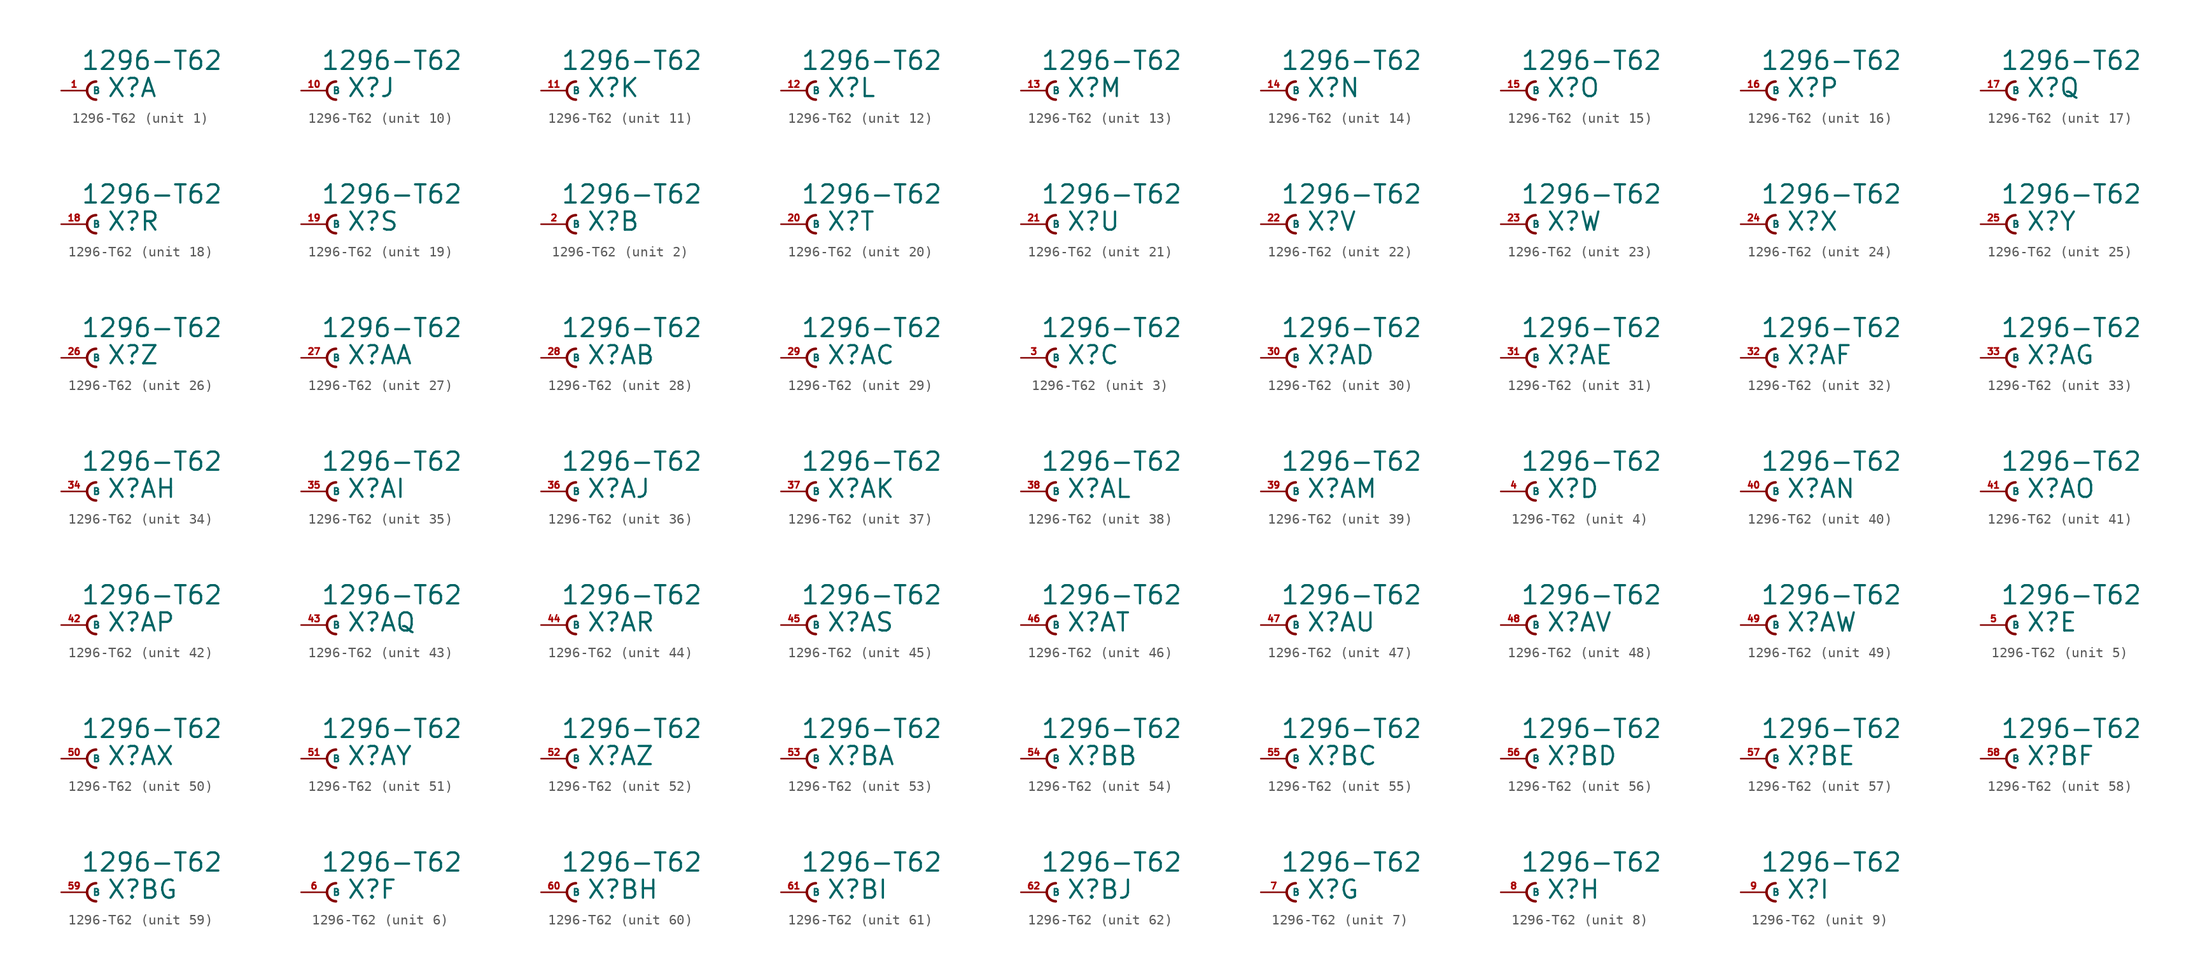
<source format=kicad_sym>
(kicad_symbol_lib
  (version 20220914)
  (generator Eagle2Kicad)
  (symbol "1296-T62"
    (property "Reference" "X"
      (at 1.905 -0.762 0)
      (effects (font (size 1.778 1.778) (thickness 0.22)) (justify left bottom)))
    (property "Value" "1296-T62"
      (at -0.635 1.905 0)
      (effects (font (size 1.778 1.778) (thickness 0.22)) (justify left bottom)))
    (symbol "1296-T62_1_0"
      (arc (start 0.889 0.889) (mid 0.000 0.000) (end 0.889 -0.889) (stroke (width 0.254) (type default)) (fill (type none)))
      (pin passive line (at -2.54 0 0) (length 2.54) (name "B" (effects (font (size 0.635 0.635) (thickness 0.08)) (justify left bottom))) (number "1" (effects (font (size 0.635 0.635) (thickness 0.08)) (justify left bottom)))))
    (symbol "1296-T62_2_0"
      (arc (start 0.889 0.889) (mid 0.000 0.000) (end 0.889 -0.889) (stroke (width 0.254) (type default)) (fill (type none)))
      (pin passive line (at -2.54 0 0) (length 2.54) (name "B" (effects (font (size 0.635 0.635) (thickness 0.08)) (justify left bottom))) (number "2" (effects (font (size 0.635 0.635) (thickness 0.08)) (justify left bottom)))))
    (symbol "1296-T62_3_0"
      (arc (start 0.889 0.889) (mid 0.000 0.000) (end 0.889 -0.889) (stroke (width 0.254) (type default)) (fill (type none)))
      (pin passive line (at -2.54 0 0) (length 2.54) (name "B" (effects (font (size 0.635 0.635) (thickness 0.08)) (justify left bottom))) (number "3" (effects (font (size 0.635 0.635) (thickness 0.08)) (justify left bottom)))))
    (symbol "1296-T62_4_0"
      (arc (start 0.889 0.889) (mid 0.000 0.000) (end 0.889 -0.889) (stroke (width 0.254) (type default)) (fill (type none)))
      (pin passive line (at -2.54 0 0) (length 2.54) (name "B" (effects (font (size 0.635 0.635) (thickness 0.08)) (justify left bottom))) (number "4" (effects (font (size 0.635 0.635) (thickness 0.08)) (justify left bottom)))))
    (symbol "1296-T62_5_0"
      (arc (start 0.889 0.889) (mid 0.000 0.000) (end 0.889 -0.889) (stroke (width 0.254) (type default)) (fill (type none)))
      (pin passive line (at -2.54 0 0) (length 2.54) (name "B" (effects (font (size 0.635 0.635) (thickness 0.08)) (justify left bottom))) (number "5" (effects (font (size 0.635 0.635) (thickness 0.08)) (justify left bottom)))))
    (symbol "1296-T62_6_0"
      (arc (start 0.889 0.889) (mid 0.000 0.000) (end 0.889 -0.889) (stroke (width 0.254) (type default)) (fill (type none)))
      (pin passive line (at -2.54 0 0) (length 2.54) (name "B" (effects (font (size 0.635 0.635) (thickness 0.08)) (justify left bottom))) (number "6" (effects (font (size 0.635 0.635) (thickness 0.08)) (justify left bottom)))))
    (symbol "1296-T62_7_0"
      (arc (start 0.889 0.889) (mid 0.000 0.000) (end 0.889 -0.889) (stroke (width 0.254) (type default)) (fill (type none)))
      (pin passive line (at -2.54 0 0) (length 2.54) (name "B" (effects (font (size 0.635 0.635) (thickness 0.08)) (justify left bottom))) (number "7" (effects (font (size 0.635 0.635) (thickness 0.08)) (justify left bottom)))))
    (symbol "1296-T62_8_0"
      (arc (start 0.889 0.889) (mid 0.000 0.000) (end 0.889 -0.889) (stroke (width 0.254) (type default)) (fill (type none)))
      (pin passive line (at -2.54 0 0) (length 2.54) (name "B" (effects (font (size 0.635 0.635) (thickness 0.08)) (justify left bottom))) (number "8" (effects (font (size 0.635 0.635) (thickness 0.08)) (justify left bottom)))))
    (symbol "1296-T62_9_0"
      (arc (start 0.889 0.889) (mid 0.000 0.000) (end 0.889 -0.889) (stroke (width 0.254) (type default)) (fill (type none)))
      (pin passive line (at -2.54 0 0) (length 2.54) (name "B" (effects (font (size 0.635 0.635) (thickness 0.08)) (justify left bottom))) (number "9" (effects (font (size 0.635 0.635) (thickness 0.08)) (justify left bottom)))))
    (symbol "1296-T62_10_0"
      (arc (start 0.889 0.889) (mid 0.000 0.000) (end 0.889 -0.889) (stroke (width 0.254) (type default)) (fill (type none)))
      (pin passive line (at -2.54 0 0) (length 2.54) (name "B" (effects (font (size 0.635 0.635) (thickness 0.08)) (justify left bottom))) (number "10" (effects (font (size 0.635 0.635) (thickness 0.08)) (justify left bottom)))))
    (symbol "1296-T62_11_0"
      (arc (start 0.889 0.889) (mid 0.000 0.000) (end 0.889 -0.889) (stroke (width 0.254) (type default)) (fill (type none)))
      (pin passive line (at -2.54 0 0) (length 2.54) (name "B" (effects (font (size 0.635 0.635) (thickness 0.08)) (justify left bottom))) (number "11" (effects (font (size 0.635 0.635) (thickness 0.08)) (justify left bottom)))))
    (symbol "1296-T62_12_0"
      (arc (start 0.889 0.889) (mid 0.000 0.000) (end 0.889 -0.889) (stroke (width 0.254) (type default)) (fill (type none)))
      (pin passive line (at -2.54 0 0) (length 2.54) (name "B" (effects (font (size 0.635 0.635) (thickness 0.08)) (justify left bottom))) (number "12" (effects (font (size 0.635 0.635) (thickness 0.08)) (justify left bottom)))))
    (symbol "1296-T62_13_0"
      (arc (start 0.889 0.889) (mid 0.000 0.000) (end 0.889 -0.889) (stroke (width 0.254) (type default)) (fill (type none)))
      (pin passive line (at -2.54 0 0) (length 2.54) (name "B" (effects (font (size 0.635 0.635) (thickness 0.08)) (justify left bottom))) (number "13" (effects (font (size 0.635 0.635) (thickness 0.08)) (justify left bottom)))))
    (symbol "1296-T62_14_0"
      (arc (start 0.889 0.889) (mid 0.000 0.000) (end 0.889 -0.889) (stroke (width 0.254) (type default)) (fill (type none)))
      (pin passive line (at -2.54 0 0) (length 2.54) (name "B" (effects (font (size 0.635 0.635) (thickness 0.08)) (justify left bottom))) (number "14" (effects (font (size 0.635 0.635) (thickness 0.08)) (justify left bottom)))))
    (symbol "1296-T62_15_0"
      (arc (start 0.889 0.889) (mid 0.000 0.000) (end 0.889 -0.889) (stroke (width 0.254) (type default)) (fill (type none)))
      (pin passive line (at -2.54 0 0) (length 2.54) (name "B" (effects (font (size 0.635 0.635) (thickness 0.08)) (justify left bottom))) (number "15" (effects (font (size 0.635 0.635) (thickness 0.08)) (justify left bottom)))))
    (symbol "1296-T62_16_0"
      (arc (start 0.889 0.889) (mid 0.000 0.000) (end 0.889 -0.889) (stroke (width 0.254) (type default)) (fill (type none)))
      (pin passive line (at -2.54 0 0) (length 2.54) (name "B" (effects (font (size 0.635 0.635) (thickness 0.08)) (justify left bottom))) (number "16" (effects (font (size 0.635 0.635) (thickness 0.08)) (justify left bottom)))))
    (symbol "1296-T62_17_0"
      (arc (start 0.889 0.889) (mid 0.000 0.000) (end 0.889 -0.889) (stroke (width 0.254) (type default)) (fill (type none)))
      (pin passive line (at -2.54 0 0) (length 2.54) (name "B" (effects (font (size 0.635 0.635) (thickness 0.08)) (justify left bottom))) (number "17" (effects (font (size 0.635 0.635) (thickness 0.08)) (justify left bottom)))))
    (symbol "1296-T62_18_0"
      (arc (start 0.889 0.889) (mid 0.000 0.000) (end 0.889 -0.889) (stroke (width 0.254) (type default)) (fill (type none)))
      (pin passive line (at -2.54 0 0) (length 2.54) (name "B" (effects (font (size 0.635 0.635) (thickness 0.08)) (justify left bottom))) (number "18" (effects (font (size 0.635 0.635) (thickness 0.08)) (justify left bottom)))))
    (symbol "1296-T62_19_0"
      (arc (start 0.889 0.889) (mid 0.000 0.000) (end 0.889 -0.889) (stroke (width 0.254) (type default)) (fill (type none)))
      (pin passive line (at -2.54 0 0) (length 2.54) (name "B" (effects (font (size 0.635 0.635) (thickness 0.08)) (justify left bottom))) (number "19" (effects (font (size 0.635 0.635) (thickness 0.08)) (justify left bottom)))))
    (symbol "1296-T62_20_0"
      (arc (start 0.889 0.889) (mid 0.000 0.000) (end 0.889 -0.889) (stroke (width 0.254) (type default)) (fill (type none)))
      (pin passive line (at -2.54 0 0) (length 2.54) (name "B" (effects (font (size 0.635 0.635) (thickness 0.08)) (justify left bottom))) (number "20" (effects (font (size 0.635 0.635) (thickness 0.08)) (justify left bottom)))))
    (symbol "1296-T62_21_0"
      (arc (start 0.889 0.889) (mid 0.000 0.000) (end 0.889 -0.889) (stroke (width 0.254) (type default)) (fill (type none)))
      (pin passive line (at -2.54 0 0) (length 2.54) (name "B" (effects (font (size 0.635 0.635) (thickness 0.08)) (justify left bottom))) (number "21" (effects (font (size 0.635 0.635) (thickness 0.08)) (justify left bottom)))))
    (symbol "1296-T62_22_0"
      (arc (start 0.889 0.889) (mid 0.000 0.000) (end 0.889 -0.889) (stroke (width 0.254) (type default)) (fill (type none)))
      (pin passive line (at -2.54 0 0) (length 2.54) (name "B" (effects (font (size 0.635 0.635) (thickness 0.08)) (justify left bottom))) (number "22" (effects (font (size 0.635 0.635) (thickness 0.08)) (justify left bottom)))))
    (symbol "1296-T62_23_0"
      (arc (start 0.889 0.889) (mid 0.000 0.000) (end 0.889 -0.889) (stroke (width 0.254) (type default)) (fill (type none)))
      (pin passive line (at -2.54 0 0) (length 2.54) (name "B" (effects (font (size 0.635 0.635) (thickness 0.08)) (justify left bottom))) (number "23" (effects (font (size 0.635 0.635) (thickness 0.08)) (justify left bottom)))))
    (symbol "1296-T62_24_0"
      (arc (start 0.889 0.889) (mid 0.000 0.000) (end 0.889 -0.889) (stroke (width 0.254) (type default)) (fill (type none)))
      (pin passive line (at -2.54 0 0) (length 2.54) (name "B" (effects (font (size 0.635 0.635) (thickness 0.08)) (justify left bottom))) (number "24" (effects (font (size 0.635 0.635) (thickness 0.08)) (justify left bottom)))))
    (symbol "1296-T62_25_0"
      (arc (start 0.889 0.889) (mid 0.000 0.000) (end 0.889 -0.889) (stroke (width 0.254) (type default)) (fill (type none)))
      (pin passive line (at -2.54 0 0) (length 2.54) (name "B" (effects (font (size 0.635 0.635) (thickness 0.08)) (justify left bottom))) (number "25" (effects (font (size 0.635 0.635) (thickness 0.08)) (justify left bottom)))))
    (symbol "1296-T62_26_0"
      (arc (start 0.889 0.889) (mid 0.000 0.000) (end 0.889 -0.889) (stroke (width 0.254) (type default)) (fill (type none)))
      (pin passive line (at -2.54 0 0) (length 2.54) (name "B" (effects (font (size 0.635 0.635) (thickness 0.08)) (justify left bottom))) (number "26" (effects (font (size 0.635 0.635) (thickness 0.08)) (justify left bottom)))))
    (symbol "1296-T62_27_0"
      (arc (start 0.889 0.889) (mid 0.000 0.000) (end 0.889 -0.889) (stroke (width 0.254) (type default)) (fill (type none)))
      (pin passive line (at -2.54 0 0) (length 2.54) (name "B" (effects (font (size 0.635 0.635) (thickness 0.08)) (justify left bottom))) (number "27" (effects (font (size 0.635 0.635) (thickness 0.08)) (justify left bottom)))))
    (symbol "1296-T62_28_0"
      (arc (start 0.889 0.889) (mid 0.000 0.000) (end 0.889 -0.889) (stroke (width 0.254) (type default)) (fill (type none)))
      (pin passive line (at -2.54 0 0) (length 2.54) (name "B" (effects (font (size 0.635 0.635) (thickness 0.08)) (justify left bottom))) (number "28" (effects (font (size 0.635 0.635) (thickness 0.08)) (justify left bottom)))))
    (symbol "1296-T62_29_0"
      (arc (start 0.889 0.889) (mid 0.000 0.000) (end 0.889 -0.889) (stroke (width 0.254) (type default)) (fill (type none)))
      (pin passive line (at -2.54 0 0) (length 2.54) (name "B" (effects (font (size 0.635 0.635) (thickness 0.08)) (justify left bottom))) (number "29" (effects (font (size 0.635 0.635) (thickness 0.08)) (justify left bottom)))))
    (symbol "1296-T62_30_0"
      (arc (start 0.889 0.889) (mid 0.000 0.000) (end 0.889 -0.889) (stroke (width 0.254) (type default)) (fill (type none)))
      (pin passive line (at -2.54 0 0) (length 2.54) (name "B" (effects (font (size 0.635 0.635) (thickness 0.08)) (justify left bottom))) (number "30" (effects (font (size 0.635 0.635) (thickness 0.08)) (justify left bottom)))))
    (symbol "1296-T62_31_0"
      (arc (start 0.889 0.889) (mid 0.000 0.000) (end 0.889 -0.889) (stroke (width 0.254) (type default)) (fill (type none)))
      (pin passive line (at -2.54 0 0) (length 2.54) (name "B" (effects (font (size 0.635 0.635) (thickness 0.08)) (justify left bottom))) (number "31" (effects (font (size 0.635 0.635) (thickness 0.08)) (justify left bottom)))))
    (symbol "1296-T62_32_0"
      (arc (start 0.889 0.889) (mid 0.000 0.000) (end 0.889 -0.889) (stroke (width 0.254) (type default)) (fill (type none)))
      (pin passive line (at -2.54 0 0) (length 2.54) (name "B" (effects (font (size 0.635 0.635) (thickness 0.08)) (justify left bottom))) (number "32" (effects (font (size 0.635 0.635) (thickness 0.08)) (justify left bottom)))))
    (symbol "1296-T62_33_0"
      (arc (start 0.889 0.889) (mid 0.000 0.000) (end 0.889 -0.889) (stroke (width 0.254) (type default)) (fill (type none)))
      (pin passive line (at -2.54 0 0) (length 2.54) (name "B" (effects (font (size 0.635 0.635) (thickness 0.08)) (justify left bottom))) (number "33" (effects (font (size 0.635 0.635) (thickness 0.08)) (justify left bottom)))))
    (symbol "1296-T62_34_0"
      (arc (start 0.889 0.889) (mid 0.000 0.000) (end 0.889 -0.889) (stroke (width 0.254) (type default)) (fill (type none)))
      (pin passive line (at -2.54 0 0) (length 2.54) (name "B" (effects (font (size 0.635 0.635) (thickness 0.08)) (justify left bottom))) (number "34" (effects (font (size 0.635 0.635) (thickness 0.08)) (justify left bottom)))))
    (symbol "1296-T62_35_0"
      (arc (start 0.889 0.889) (mid 0.000 0.000) (end 0.889 -0.889) (stroke (width 0.254) (type default)) (fill (type none)))
      (pin passive line (at -2.54 0 0) (length 2.54) (name "B" (effects (font (size 0.635 0.635) (thickness 0.08)) (justify left bottom))) (number "35" (effects (font (size 0.635 0.635) (thickness 0.08)) (justify left bottom)))))
    (symbol "1296-T62_36_0"
      (arc (start 0.889 0.889) (mid 0.000 0.000) (end 0.889 -0.889) (stroke (width 0.254) (type default)) (fill (type none)))
      (pin passive line (at -2.54 0 0) (length 2.54) (name "B" (effects (font (size 0.635 0.635) (thickness 0.08)) (justify left bottom))) (number "36" (effects (font (size 0.635 0.635) (thickness 0.08)) (justify left bottom)))))
    (symbol "1296-T62_37_0"
      (arc (start 0.889 0.889) (mid 0.000 0.000) (end 0.889 -0.889) (stroke (width 0.254) (type default)) (fill (type none)))
      (pin passive line (at -2.54 0 0) (length 2.54) (name "B" (effects (font (size 0.635 0.635) (thickness 0.08)) (justify left bottom))) (number "37" (effects (font (size 0.635 0.635) (thickness 0.08)) (justify left bottom)))))
    (symbol "1296-T62_38_0"
      (arc (start 0.889 0.889) (mid 0.000 0.000) (end 0.889 -0.889) (stroke (width 0.254) (type default)) (fill (type none)))
      (pin passive line (at -2.54 0 0) (length 2.54) (name "B" (effects (font (size 0.635 0.635) (thickness 0.08)) (justify left bottom))) (number "38" (effects (font (size 0.635 0.635) (thickness 0.08)) (justify left bottom)))))
    (symbol "1296-T62_39_0"
      (arc (start 0.889 0.889) (mid 0.000 0.000) (end 0.889 -0.889) (stroke (width 0.254) (type default)) (fill (type none)))
      (pin passive line (at -2.54 0 0) (length 2.54) (name "B" (effects (font (size 0.635 0.635) (thickness 0.08)) (justify left bottom))) (number "39" (effects (font (size 0.635 0.635) (thickness 0.08)) (justify left bottom)))))
    (symbol "1296-T62_40_0"
      (arc (start 0.889 0.889) (mid 0.000 0.000) (end 0.889 -0.889) (stroke (width 0.254) (type default)) (fill (type none)))
      (pin passive line (at -2.54 0 0) (length 2.54) (name "B" (effects (font (size 0.635 0.635) (thickness 0.08)) (justify left bottom))) (number "40" (effects (font (size 0.635 0.635) (thickness 0.08)) (justify left bottom)))))
    (symbol "1296-T62_41_0"
      (arc (start 0.889 0.889) (mid 0.000 0.000) (end 0.889 -0.889) (stroke (width 0.254) (type default)) (fill (type none)))
      (pin passive line (at -2.54 0 0) (length 2.54) (name "B" (effects (font (size 0.635 0.635) (thickness 0.08)) (justify left bottom))) (number "41" (effects (font (size 0.635 0.635) (thickness 0.08)) (justify left bottom)))))
    (symbol "1296-T62_42_0"
      (arc (start 0.889 0.889) (mid 0.000 0.000) (end 0.889 -0.889) (stroke (width 0.254) (type default)) (fill (type none)))
      (pin passive line (at -2.54 0 0) (length 2.54) (name "B" (effects (font (size 0.635 0.635) (thickness 0.08)) (justify left bottom))) (number "42" (effects (font (size 0.635 0.635) (thickness 0.08)) (justify left bottom)))))
    (symbol "1296-T62_43_0"
      (arc (start 0.889 0.889) (mid 0.000 0.000) (end 0.889 -0.889) (stroke (width 0.254) (type default)) (fill (type none)))
      (pin passive line (at -2.54 0 0) (length 2.54) (name "B" (effects (font (size 0.635 0.635) (thickness 0.08)) (justify left bottom))) (number "43" (effects (font (size 0.635 0.635) (thickness 0.08)) (justify left bottom)))))
    (symbol "1296-T62_44_0"
      (arc (start 0.889 0.889) (mid 0.000 0.000) (end 0.889 -0.889) (stroke (width 0.254) (type default)) (fill (type none)))
      (pin passive line (at -2.54 0 0) (length 2.54) (name "B" (effects (font (size 0.635 0.635) (thickness 0.08)) (justify left bottom))) (number "44" (effects (font (size 0.635 0.635) (thickness 0.08)) (justify left bottom)))))
    (symbol "1296-T62_45_0"
      (arc (start 0.889 0.889) (mid 0.000 0.000) (end 0.889 -0.889) (stroke (width 0.254) (type default)) (fill (type none)))
      (pin passive line (at -2.54 0 0) (length 2.54) (name "B" (effects (font (size 0.635 0.635) (thickness 0.08)) (justify left bottom))) (number "45" (effects (font (size 0.635 0.635) (thickness 0.08)) (justify left bottom)))))
    (symbol "1296-T62_46_0"
      (arc (start 0.889 0.889) (mid 0.000 0.000) (end 0.889 -0.889) (stroke (width 0.254) (type default)) (fill (type none)))
      (pin passive line (at -2.54 0 0) (length 2.54) (name "B" (effects (font (size 0.635 0.635) (thickness 0.08)) (justify left bottom))) (number "46" (effects (font (size 0.635 0.635) (thickness 0.08)) (justify left bottom)))))
    (symbol "1296-T62_47_0"
      (arc (start 0.889 0.889) (mid 0.000 0.000) (end 0.889 -0.889) (stroke (width 0.254) (type default)) (fill (type none)))
      (pin passive line (at -2.54 0 0) (length 2.54) (name "B" (effects (font (size 0.635 0.635) (thickness 0.08)) (justify left bottom))) (number "47" (effects (font (size 0.635 0.635) (thickness 0.08)) (justify left bottom)))))
    (symbol "1296-T62_48_0"
      (arc (start 0.889 0.889) (mid 0.000 0.000) (end 0.889 -0.889) (stroke (width 0.254) (type default)) (fill (type none)))
      (pin passive line (at -2.54 0 0) (length 2.54) (name "B" (effects (font (size 0.635 0.635) (thickness 0.08)) (justify left bottom))) (number "48" (effects (font (size 0.635 0.635) (thickness 0.08)) (justify left bottom)))))
    (symbol "1296-T62_49_0"
      (arc (start 0.889 0.889) (mid 0.000 0.000) (end 0.889 -0.889) (stroke (width 0.254) (type default)) (fill (type none)))
      (pin passive line (at -2.54 0 0) (length 2.54) (name "B" (effects (font (size 0.635 0.635) (thickness 0.08)) (justify left bottom))) (number "49" (effects (font (size 0.635 0.635) (thickness 0.08)) (justify left bottom)))))
    (symbol "1296-T62_50_0"
      (arc (start 0.889 0.889) (mid 0.000 0.000) (end 0.889 -0.889) (stroke (width 0.254) (type default)) (fill (type none)))
      (pin passive line (at -2.54 0 0) (length 2.54) (name "B" (effects (font (size 0.635 0.635) (thickness 0.08)) (justify left bottom))) (number "50" (effects (font (size 0.635 0.635) (thickness 0.08)) (justify left bottom)))))
    (symbol "1296-T62_51_0"
      (arc (start 0.889 0.889) (mid 0.000 0.000) (end 0.889 -0.889) (stroke (width 0.254) (type default)) (fill (type none)))
      (pin passive line (at -2.54 0 0) (length 2.54) (name "B" (effects (font (size 0.635 0.635) (thickness 0.08)) (justify left bottom))) (number "51" (effects (font (size 0.635 0.635) (thickness 0.08)) (justify left bottom)))))
    (symbol "1296-T62_52_0"
      (arc (start 0.889 0.889) (mid 0.000 0.000) (end 0.889 -0.889) (stroke (width 0.254) (type default)) (fill (type none)))
      (pin passive line (at -2.54 0 0) (length 2.54) (name "B" (effects (font (size 0.635 0.635) (thickness 0.08)) (justify left bottom))) (number "52" (effects (font (size 0.635 0.635) (thickness 0.08)) (justify left bottom)))))
    (symbol "1296-T62_53_0"
      (arc (start 0.889 0.889) (mid 0.000 0.000) (end 0.889 -0.889) (stroke (width 0.254) (type default)) (fill (type none)))
      (pin passive line (at -2.54 0 0) (length 2.54) (name "B" (effects (font (size 0.635 0.635) (thickness 0.08)) (justify left bottom))) (number "53" (effects (font (size 0.635 0.635) (thickness 0.08)) (justify left bottom)))))
    (symbol "1296-T62_54_0"
      (arc (start 0.889 0.889) (mid 0.000 0.000) (end 0.889 -0.889) (stroke (width 0.254) (type default)) (fill (type none)))
      (pin passive line (at -2.54 0 0) (length 2.54) (name "B" (effects (font (size 0.635 0.635) (thickness 0.08)) (justify left bottom))) (number "54" (effects (font (size 0.635 0.635) (thickness 0.08)) (justify left bottom)))))
    (symbol "1296-T62_55_0"
      (arc (start 0.889 0.889) (mid 0.000 0.000) (end 0.889 -0.889) (stroke (width 0.254) (type default)) (fill (type none)))
      (pin passive line (at -2.54 0 0) (length 2.54) (name "B" (effects (font (size 0.635 0.635) (thickness 0.08)) (justify left bottom))) (number "55" (effects (font (size 0.635 0.635) (thickness 0.08)) (justify left bottom)))))
    (symbol "1296-T62_56_0"
      (arc (start 0.889 0.889) (mid 0.000 0.000) (end 0.889 -0.889) (stroke (width 0.254) (type default)) (fill (type none)))
      (pin passive line (at -2.54 0 0) (length 2.54) (name "B" (effects (font (size 0.635 0.635) (thickness 0.08)) (justify left bottom))) (number "56" (effects (font (size 0.635 0.635) (thickness 0.08)) (justify left bottom)))))
    (symbol "1296-T62_57_0"
      (arc (start 0.889 0.889) (mid 0.000 0.000) (end 0.889 -0.889) (stroke (width 0.254) (type default)) (fill (type none)))
      (pin passive line (at -2.54 0 0) (length 2.54) (name "B" (effects (font (size 0.635 0.635) (thickness 0.08)) (justify left bottom))) (number "57" (effects (font (size 0.635 0.635) (thickness 0.08)) (justify left bottom)))))
    (symbol "1296-T62_58_0"
      (arc (start 0.889 0.889) (mid 0.000 0.000) (end 0.889 -0.889) (stroke (width 0.254) (type default)) (fill (type none)))
      (pin passive line (at -2.54 0 0) (length 2.54) (name "B" (effects (font (size 0.635 0.635) (thickness 0.08)) (justify left bottom))) (number "58" (effects (font (size 0.635 0.635) (thickness 0.08)) (justify left bottom)))))
    (symbol "1296-T62_59_0"
      (arc (start 0.889 0.889) (mid 0.000 0.000) (end 0.889 -0.889) (stroke (width 0.254) (type default)) (fill (type none)))
      (pin passive line (at -2.54 0 0) (length 2.54) (name "B" (effects (font (size 0.635 0.635) (thickness 0.08)) (justify left bottom))) (number "59" (effects (font (size 0.635 0.635) (thickness 0.08)) (justify left bottom)))))
    (symbol "1296-T62_60_0"
      (arc (start 0.889 0.889) (mid 0.000 0.000) (end 0.889 -0.889) (stroke (width 0.254) (type default)) (fill (type none)))
      (pin passive line (at -2.54 0 0) (length 2.54) (name "B" (effects (font (size 0.635 0.635) (thickness 0.08)) (justify left bottom))) (number "60" (effects (font (size 0.635 0.635) (thickness 0.08)) (justify left bottom)))))
    (symbol "1296-T62_61_0"
      (arc (start 0.889 0.889) (mid 0.000 0.000) (end 0.889 -0.889) (stroke (width 0.254) (type default)) (fill (type none)))
      (pin passive line (at -2.54 0 0) (length 2.54) (name "B" (effects (font (size 0.635 0.635) (thickness 0.08)) (justify left bottom))) (number "61" (effects (font (size 0.635 0.635) (thickness 0.08)) (justify left bottom)))))
    (symbol "1296-T62_62_0"
      (arc (start 0.889 0.889) (mid 0.000 0.000) (end 0.889 -0.889) (stroke (width 0.254) (type default)) (fill (type none)))
      (pin passive line (at -2.54 0 0) (length 2.54) (name "B" (effects (font (size 0.635 0.635) (thickness 0.08)) (justify left bottom))) (number "62" (effects (font (size 0.635 0.635) (thickness 0.08)) (justify left bottom)))))))
</source>
